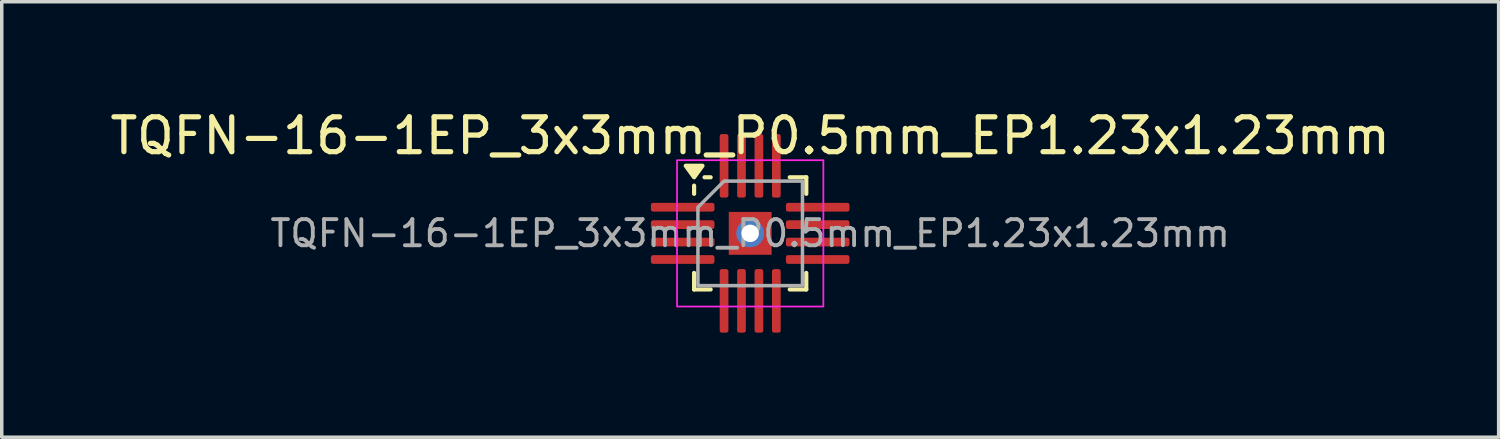
<source format=kicad_pcb>
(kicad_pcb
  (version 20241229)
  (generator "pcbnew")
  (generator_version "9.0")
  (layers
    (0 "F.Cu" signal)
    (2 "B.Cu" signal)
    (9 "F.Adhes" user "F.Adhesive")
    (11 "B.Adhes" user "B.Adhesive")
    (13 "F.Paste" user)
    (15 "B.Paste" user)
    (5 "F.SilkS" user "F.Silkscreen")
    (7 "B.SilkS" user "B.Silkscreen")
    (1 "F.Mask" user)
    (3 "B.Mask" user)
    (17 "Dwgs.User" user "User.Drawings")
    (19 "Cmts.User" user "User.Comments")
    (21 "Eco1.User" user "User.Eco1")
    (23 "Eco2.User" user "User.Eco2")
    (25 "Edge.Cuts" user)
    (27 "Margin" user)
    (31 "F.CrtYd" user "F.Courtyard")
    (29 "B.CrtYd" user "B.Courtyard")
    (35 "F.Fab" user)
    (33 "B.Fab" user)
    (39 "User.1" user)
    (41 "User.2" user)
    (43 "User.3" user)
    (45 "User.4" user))
  (footprint "TQFN-16-1EP_3x3mm_P0.5mm_EP1.23x1.23mm"
    (layer "F.Cu")
    (at 18.482 3.648)
    (property "Reference" "TQFN-16-1EP_3x3mm_P0.5mm_EP1.23x1.23mm" (at 0 -2.8 0) (layer "F.SilkS") (effects (font (size 1 1) (thickness 0.15))))
    (attr smd)
    (fp_line (start -1.61 -1.135) (end -1.61 -1.37) (stroke (width 0.12) (type solid)) (layer "F.SilkS"))
    (fp_line (start -1.61 1.61) (end -1.61 1.135) (stroke (width 0.12) (type solid)) (layer "F.SilkS"))
    (fp_line (start -1.135 -1.61) (end -1.31 -1.61) (stroke (width 0.12) (type solid)) (layer "F.SilkS"))
    (fp_line (start -1.135 1.61) (end -1.61 1.61) (stroke (width 0.12) (type solid)) (layer "F.SilkS"))
    (fp_line (start 1.135 -1.61) (end 1.61 -1.61) (stroke (width 0.12) (type solid)) (layer "F.SilkS"))
    (fp_line (start 1.135 1.61) (end 1.61 1.61) (stroke (width 0.12) (type solid)) (layer "F.SilkS"))
    (fp_line (start 1.61 -1.61) (end 1.61 -1.135) (stroke (width 0.12) (type solid)) (layer "F.SilkS"))
    (fp_line (start 1.61 1.61) (end 1.61 1.135) (stroke (width 0.12) (type solid)) (layer "F.SilkS"))
    (fp_poly (pts (xy -1.61 -1.61) (xy -1.85 -1.94) (xy -1.37 -1.94)) (stroke (width 0.12) (type solid)) (fill yes) (layer "F.SilkS"))
    (fp_rect (start -2.1 -2.1) (end 2.1 2.1) (stroke (width 0.05) (type solid)) (fill no) (layer "F.CrtYd"))
    (fp_poly (pts (xy -1.5 -0.75) (xy -1.5 1.5) (xy 1.5 1.5) (xy 1.5 -1.5) (xy -0.75 -1.5)) (stroke (width 0.1) (type solid)) (fill no) (layer "F.Fab"))
    (fp_text user "${REFERENCE}" (at 0 0 0) (layer "F.Fab") (effects (font (size 0.75 0.75) (thickness 0.11))))
    (pad "" smd roundrect (at -0.31 -0.31) (size 0.5 0.5) (layers "F.Paste") (roundrect_rratio 0.25))
    (pad "" smd roundrect (at -0.31 0.31) (size 0.5 0.5) (layers "F.Paste") (roundrect_rratio 0.25))
    (pad "" smd roundrect (at 0.31 -0.31) (size 0.5 0.5) (layers "F.Paste") (roundrect_rratio 0.25))
    (pad "" smd roundrect (at 0.31 0.31) (size 0.5 0.5) (layers "F.Paste") (roundrect_rratio 0.25))
    (pad "1" smd roundrect (at -1.938 -0.75) (size 1.825 0.25) (layers "F.Cu" "F.Mask" "F.Paste") (roundrect_rratio 0.25))
    (pad "2" smd roundrect (at -1.938 -0.25) (size 1.825 0.25) (layers "F.Cu" "F.Mask" "F.Paste") (roundrect_rratio 0.25))
    (pad "3" smd roundrect (at -1.938 0.25) (size 1.825 0.25) (layers "F.Cu" "F.Mask" "F.Paste") (roundrect_rratio 0.25))
    (pad "4" smd roundrect (at -1.938 0.75) (size 1.825 0.25) (layers "F.Cu" "F.Mask" "F.Paste") (roundrect_rratio 0.25))
    (pad "5" smd roundrect (at -0.75 1.938) (size 0.25 1.825) (layers "F.Cu" "F.Mask" "F.Paste") (roundrect_rratio 0.25))
    (pad "6" smd roundrect (at -0.25 1.938) (size 0.25 1.825) (layers "F.Cu" "F.Mask" "F.Paste") (roundrect_rratio 0.25))
    (pad "7" smd roundrect (at 0.25 1.938) (size 0.25 1.825) (layers "F.Cu" "F.Mask" "F.Paste") (roundrect_rratio 0.25))
    (pad "8" smd roundrect (at 0.75 1.938) (size 0.25 1.825) (layers "F.Cu" "F.Mask" "F.Paste") (roundrect_rratio 0.25))
    (pad "9" smd roundrect (at 1.938 0.75) (size 1.825 0.25) (layers "F.Cu" "F.Mask" "F.Paste") (roundrect_rratio 0.25))
    (pad "10" smd roundrect (at 1.938 0.25) (size 1.825 0.25) (layers "F.Cu" "F.Mask" "F.Paste") (roundrect_rratio 0.25))
    (pad "11" smd roundrect (at 1.938 -0.25) (size 1.825 0.25) (layers "F.Cu" "F.Mask" "F.Paste") (roundrect_rratio 0.25))
    (pad "12" smd roundrect (at 1.938 -0.75) (size 1.825 0.25) (layers "F.Cu" "F.Mask" "F.Paste") (roundrect_rratio 0.25))
    (pad "13" smd roundrect (at 0.75 -1.938) (size 0.25 1.825) (layers "F.Cu" "F.Mask" "F.Paste") (roundrect_rratio 0.25))
    (pad "14" smd roundrect (at 0.25 -1.938) (size 0.25 1.825) (layers "F.Cu" "F.Mask" "F.Paste") (roundrect_rratio 0.25))
    (pad "15" smd roundrect (at -0.25 -1.938) (size 0.25 1.825) (layers "F.Cu" "F.Mask" "F.Paste") (roundrect_rratio 0.25))
    (pad "16" smd roundrect (at -0.75 -1.938) (size 0.25 1.825) (layers "F.Cu" "F.Mask" "F.Paste") (roundrect_rratio 0.25))
    (pad "17" thru_hole circle (at 0 0) (size 0.8 0.8) (drill 0.5) (property pad_prop_heatsink) (layers "*.Cu"))
    (pad "17" smd rect (at 0 0) (size 1.23 1.23) (property pad_prop_heatsink) (layers "F.Cu" "F.Mask")))
  (gr_rect
    (start -3 -3)
    (end 39.964 9.498)
    (stroke (width 0.1) (type default))
    (fill no)
    (layer "Edge.Cuts")))
</source>
